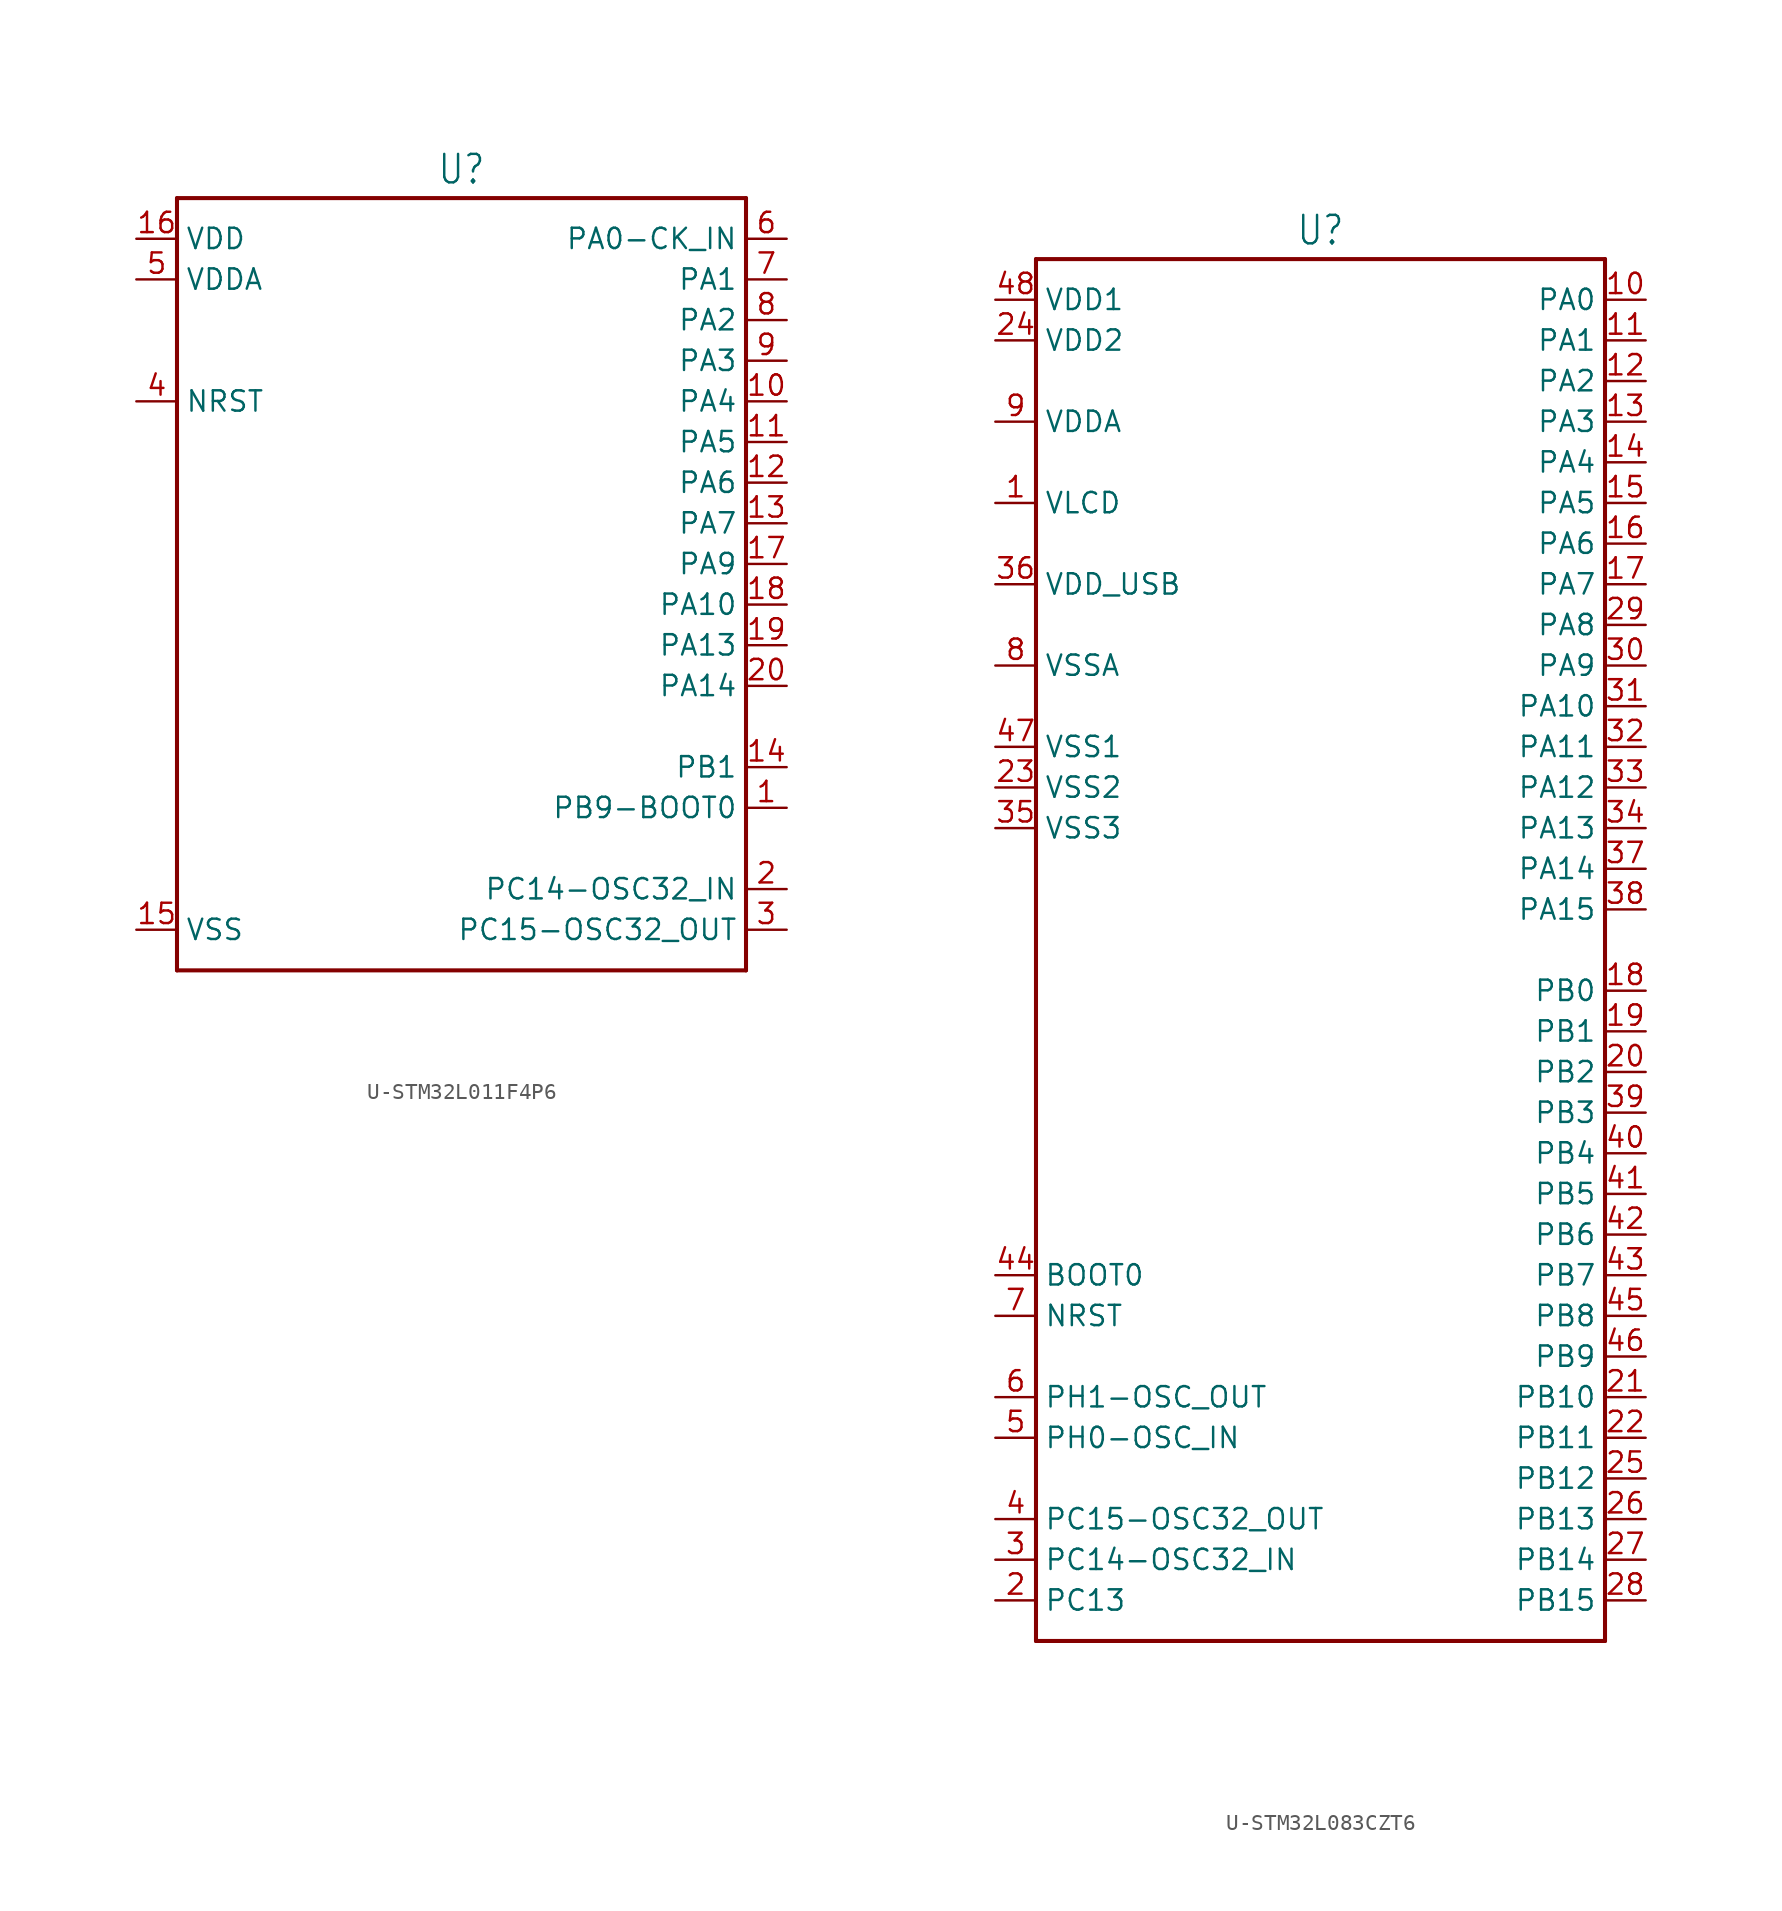
<source format=kicad_sym>
(kicad_symbol_lib
  (version 20231120)
  (generator "kicad_symbol_editor")
  (generator_version "8.0")
  (symbol "U-STM32L011F4P6"
    (property "Reference" "U"
      (at 0 23.622 0)
      (effects (font (size 1.778 1.511)) (justify bottom)))
    (property "Value" ""
      (at 0 -26.162 0)
      (effects (font (size 1.778 1.511)) (justify top)))
    (property "ki_locked" ""
      (at 0 0 0)
      (effects (font (size 1.27 1.27))))
    (symbol "U-STM32L011F4P6_1_0"
      (polyline (pts (xy -17.78 -25.4) (xy -17.78 22.86)) (stroke (width 0.254) (type solid)) (fill (type none)))
      (polyline (pts (xy -17.78 22.86) (xy 17.78 22.86)) (stroke (width 0.254) (type solid)) (fill (type none)))
      (polyline (pts (xy 17.78 -25.4) (xy -17.78 -25.4)) (stroke (width 0.254) (type solid)) (fill (type none)))
      (polyline (pts (xy 17.78 22.86) (xy 17.78 -25.4)) (stroke (width 0.254) (type solid)) (fill (type none)))
      (pin passive line (at 20.32 -15.24 180) (length 2.54) (name "PB9-BOOT0" (effects (font (size 1.27 1.27)))) (number "1" (effects (font (size 1.27 1.27)))))
      (pin passive line (at 20.32 10.16 180) (length 2.54) (name "PA4" (effects (font (size 1.27 1.27)))) (number "10" (effects (font (size 1.27 1.27)))))
      (pin passive line (at 20.32 7.62 180) (length 2.54) (name "PA5" (effects (font (size 1.27 1.27)))) (number "11" (effects (font (size 1.27 1.27)))))
      (pin passive line (at 20.32 5.08 180) (length 2.54) (name "PA6" (effects (font (size 1.27 1.27)))) (number "12" (effects (font (size 1.27 1.27)))))
      (pin passive line (at 20.32 2.54 180) (length 2.54) (name "PA7" (effects (font (size 1.27 1.27)))) (number "13" (effects (font (size 1.27 1.27)))))
      (pin passive line (at 20.32 -12.7 180) (length 2.54) (name "PB1" (effects (font (size 1.27 1.27)))) (number "14" (effects (font (size 1.27 1.27)))))
      (pin passive line (at -20.32 -22.86 0) (length 2.54) (name "VSS" (effects (font (size 1.27 1.27)))) (number "15" (effects (font (size 1.27 1.27)))))
      (pin passive line (at -20.32 20.32 0) (length 2.54) (name "VDD" (effects (font (size 1.27 1.27)))) (number "16" (effects (font (size 1.27 1.27)))))
      (pin passive line (at 20.32 0 180) (length 2.54) (name "PA9" (effects (font (size 1.27 1.27)))) (number "17" (effects (font (size 1.27 1.27)))))
      (pin passive line (at 20.32 -2.54 180) (length 2.54) (name "PA10" (effects (font (size 1.27 1.27)))) (number "18" (effects (font (size 1.27 1.27)))))
      (pin passive line (at 20.32 -5.08 180) (length 2.54) (name "PA13" (effects (font (size 1.27 1.27)))) (number "19" (effects (font (size 1.27 1.27)))))
      (pin passive line (at 20.32 -20.32 180) (length 2.54) (name "PC14-OSC32_IN" (effects (font (size 1.27 1.27)))) (number "2" (effects (font (size 1.27 1.27)))))
      (pin passive line (at 20.32 -7.62 180) (length 2.54) (name "PA14" (effects (font (size 1.27 1.27)))) (number "20" (effects (font (size 1.27 1.27)))))
      (pin passive line (at 20.32 -22.86 180) (length 2.54) (name "PC15-OSC32_OUT" (effects (font (size 1.27 1.27)))) (number "3" (effects (font (size 1.27 1.27)))))
      (pin passive line (at -20.32 10.16 0) (length 2.54) (name "NRST" (effects (font (size 1.27 1.27)))) (number "4" (effects (font (size 1.27 1.27)))))
      (pin passive line (at -20.32 17.78 0) (length 2.54) (name "VDDA" (effects (font (size 1.27 1.27)))) (number "5" (effects (font (size 1.27 1.27)))))
      (pin passive line (at 20.32 20.32 180) (length 2.54) (name "PA0-CK_IN" (effects (font (size 1.27 1.27)))) (number "6" (effects (font (size 1.27 1.27)))))
      (pin passive line (at 20.32 17.78 180) (length 2.54) (name "PA1" (effects (font (size 1.27 1.27)))) (number "7" (effects (font (size 1.27 1.27)))))
      (pin passive line (at 20.32 15.24 180) (length 2.54) (name "PA2" (effects (font (size 1.27 1.27)))) (number "8" (effects (font (size 1.27 1.27)))))
      (pin passive line (at 20.32 12.7 180) (length 2.54) (name "PA3" (effects (font (size 1.27 1.27)))) (number "9" (effects (font (size 1.27 1.27)))))))
  (symbol "U-STM32L083CZT6"
    (property "Reference" "U"
      (at 0 43.942 0)
      (effects (font (size 1.778 1.511)) (justify bottom)))
    (property "Value" ""
      (at 0 -43.942 0)
      (effects (font (size 1.778 1.511)) (justify top)))
    (property "ki_locked" ""
      (at 0 0 0)
      (effects (font (size 1.27 1.27))))
    (symbol "U-STM32L083CZT6_1_0"
      (polyline (pts (xy -17.78 -43.18) (xy -17.78 43.18)) (stroke (width 0.254) (type solid)) (fill (type none)))
      (polyline (pts (xy -17.78 43.18) (xy 17.78 43.18)) (stroke (width 0.254) (type solid)) (fill (type none)))
      (polyline (pts (xy 17.78 -43.18) (xy -17.78 -43.18)) (stroke (width 0.254) (type solid)) (fill (type none)))
      (polyline (pts (xy 17.78 43.18) (xy 17.78 -43.18)) (stroke (width 0.254) (type solid)) (fill (type none)))
      (pin passive line (at -20.32 27.94 0) (length 2.54) (name "VLCD" (effects (font (size 1.27 1.27)))) (number "1" (effects (font (size 1.27 1.27)))))
      (pin passive line (at 20.32 40.64 180) (length 2.54) (name "PA0" (effects (font (size 1.27 1.27)))) (number "10" (effects (font (size 1.27 1.27)))))
      (pin passive line (at 20.32 38.1 180) (length 2.54) (name "PA1" (effects (font (size 1.27 1.27)))) (number "11" (effects (font (size 1.27 1.27)))))
      (pin passive line (at 20.32 35.56 180) (length 2.54) (name "PA2" (effects (font (size 1.27 1.27)))) (number "12" (effects (font (size 1.27 1.27)))))
      (pin passive line (at 20.32 33.02 180) (length 2.54) (name "PA3" (effects (font (size 1.27 1.27)))) (number "13" (effects (font (size 1.27 1.27)))))
      (pin passive line (at 20.32 30.48 180) (length 2.54) (name "PA4" (effects (font (size 1.27 1.27)))) (number "14" (effects (font (size 1.27 1.27)))))
      (pin passive line (at 20.32 27.94 180) (length 2.54) (name "PA5" (effects (font (size 1.27 1.27)))) (number "15" (effects (font (size 1.27 1.27)))))
      (pin passive line (at 20.32 25.4 180) (length 2.54) (name "PA6" (effects (font (size 1.27 1.27)))) (number "16" (effects (font (size 1.27 1.27)))))
      (pin passive line (at 20.32 22.86 180) (length 2.54) (name "PA7" (effects (font (size 1.27 1.27)))) (number "17" (effects (font (size 1.27 1.27)))))
      (pin passive line (at 20.32 -2.54 180) (length 2.54) (name "PB0" (effects (font (size 1.27 1.27)))) (number "18" (effects (font (size 1.27 1.27)))))
      (pin passive line (at 20.32 -5.08 180) (length 2.54) (name "PB1" (effects (font (size 1.27 1.27)))) (number "19" (effects (font (size 1.27 1.27)))))
      (pin passive line (at -20.32 -40.64 0) (length 2.54) (name "PC13" (effects (font (size 1.27 1.27)))) (number "2" (effects (font (size 1.27 1.27)))))
      (pin passive line (at 20.32 -7.62 180) (length 2.54) (name "PB2" (effects (font (size 1.27 1.27)))) (number "20" (effects (font (size 1.27 1.27)))))
      (pin passive line (at 20.32 -27.94 180) (length 2.54) (name "PB10" (effects (font (size 1.27 1.27)))) (number "21" (effects (font (size 1.27 1.27)))))
      (pin passive line (at 20.32 -30.48 180) (length 2.54) (name "PB11" (effects (font (size 1.27 1.27)))) (number "22" (effects (font (size 1.27 1.27)))))
      (pin passive line (at -20.32 10.16 0) (length 2.54) (name "VSS2" (effects (font (size 1.27 1.27)))) (number "23" (effects (font (size 1.27 1.27)))))
      (pin passive line (at -20.32 38.1 0) (length 2.54) (name "VDD2" (effects (font (size 1.27 1.27)))) (number "24" (effects (font (size 1.27 1.27)))))
      (pin passive line (at 20.32 -33.02 180) (length 2.54) (name "PB12" (effects (font (size 1.27 1.27)))) (number "25" (effects (font (size 1.27 1.27)))))
      (pin passive line (at 20.32 -35.56 180) (length 2.54) (name "PB13" (effects (font (size 1.27 1.27)))) (number "26" (effects (font (size 1.27 1.27)))))
      (pin passive line (at 20.32 -38.1 180) (length 2.54) (name "PB14" (effects (font (size 1.27 1.27)))) (number "27" (effects (font (size 1.27 1.27)))))
      (pin passive line (at 20.32 -40.64 180) (length 2.54) (name "PB15" (effects (font (size 1.27 1.27)))) (number "28" (effects (font (size 1.27 1.27)))))
      (pin passive line (at 20.32 20.32 180) (length 2.54) (name "PA8" (effects (font (size 1.27 1.27)))) (number "29" (effects (font (size 1.27 1.27)))))
      (pin passive line (at -20.32 -38.1 0) (length 2.54) (name "PC14-OSC32_IN" (effects (font (size 1.27 1.27)))) (number "3" (effects (font (size 1.27 1.27)))))
      (pin passive line (at 20.32 17.78 180) (length 2.54) (name "PA9" (effects (font (size 1.27 1.27)))) (number "30" (effects (font (size 1.27 1.27)))))
      (pin passive line (at 20.32 15.24 180) (length 2.54) (name "PA10" (effects (font (size 1.27 1.27)))) (number "31" (effects (font (size 1.27 1.27)))))
      (pin passive line (at 20.32 12.7 180) (length 2.54) (name "PA11" (effects (font (size 1.27 1.27)))) (number "32" (effects (font (size 1.27 1.27)))))
      (pin passive line (at 20.32 10.16 180) (length 2.54) (name "PA12" (effects (font (size 1.27 1.27)))) (number "33" (effects (font (size 1.27 1.27)))))
      (pin passive line (at 20.32 7.62 180) (length 2.54) (name "PA13" (effects (font (size 1.27 1.27)))) (number "34" (effects (font (size 1.27 1.27)))))
      (pin passive line (at -20.32 7.62 0) (length 2.54) (name "VSS3" (effects (font (size 1.27 1.27)))) (number "35" (effects (font (size 1.27 1.27)))))
      (pin passive line (at -20.32 22.86 0) (length 2.54) (name "VDD_USB" (effects (font (size 1.27 1.27)))) (number "36" (effects (font (size 1.27 1.27)))))
      (pin passive line (at 20.32 5.08 180) (length 2.54) (name "PA14" (effects (font (size 1.27 1.27)))) (number "37" (effects (font (size 1.27 1.27)))))
      (pin passive line (at 20.32 2.54 180) (length 2.54) (name "PA15" (effects (font (size 1.27 1.27)))) (number "38" (effects (font (size 1.27 1.27)))))
      (pin passive line (at 20.32 -10.16 180) (length 2.54) (name "PB3" (effects (font (size 1.27 1.27)))) (number "39" (effects (font (size 1.27 1.27)))))
      (pin passive line (at -20.32 -35.56 0) (length 2.54) (name "PC15-OSC32_OUT" (effects (font (size 1.27 1.27)))) (number "4" (effects (font (size 1.27 1.27)))))
      (pin passive line (at 20.32 -12.7 180) (length 2.54) (name "PB4" (effects (font (size 1.27 1.27)))) (number "40" (effects (font (size 1.27 1.27)))))
      (pin passive line (at 20.32 -15.24 180) (length 2.54) (name "PB5" (effects (font (size 1.27 1.27)))) (number "41" (effects (font (size 1.27 1.27)))))
      (pin passive line (at 20.32 -17.78 180) (length 2.54) (name "PB6" (effects (font (size 1.27 1.27)))) (number "42" (effects (font (size 1.27 1.27)))))
      (pin passive line (at 20.32 -20.32 180) (length 2.54) (name "PB7" (effects (font (size 1.27 1.27)))) (number "43" (effects (font (size 1.27 1.27)))))
      (pin passive line (at -20.32 -20.32 0) (length 2.54) (name "BOOT0" (effects (font (size 1.27 1.27)))) (number "44" (effects (font (size 1.27 1.27)))))
      (pin passive line (at 20.32 -22.86 180) (length 2.54) (name "PB8" (effects (font (size 1.27 1.27)))) (number "45" (effects (font (size 1.27 1.27)))))
      (pin passive line (at 20.32 -25.4 180) (length 2.54) (name "PB9" (effects (font (size 1.27 1.27)))) (number "46" (effects (font (size 1.27 1.27)))))
      (pin passive line (at -20.32 12.7 0) (length 2.54) (name "VSS1" (effects (font (size 1.27 1.27)))) (number "47" (effects (font (size 1.27 1.27)))))
      (pin passive line (at -20.32 40.64 0) (length 2.54) (name "VDD1" (effects (font (size 1.27 1.27)))) (number "48" (effects (font (size 1.27 1.27)))))
      (pin passive line (at -20.32 -30.48 0) (length 2.54) (name "PH0-OSC_IN" (effects (font (size 1.27 1.27)))) (number "5" (effects (font (size 1.27 1.27)))))
      (pin passive line (at -20.32 -27.94 0) (length 2.54) (name "PH1-OSC_OUT" (effects (font (size 1.27 1.27)))) (number "6" (effects (font (size 1.27 1.27)))))
      (pin passive line (at -20.32 -22.86 0) (length 2.54) (name "NRST" (effects (font (size 1.27 1.27)))) (number "7" (effects (font (size 1.27 1.27)))))
      (pin passive line (at -20.32 17.78 0) (length 2.54) (name "VSSA" (effects (font (size 1.27 1.27)))) (number "8" (effects (font (size 1.27 1.27)))))
      (pin passive line (at -20.32 33.02 0) (length 2.54) (name "VDDA" (effects (font (size 1.27 1.27)))) (number "9" (effects (font (size 1.27 1.27))))))))
</source>
